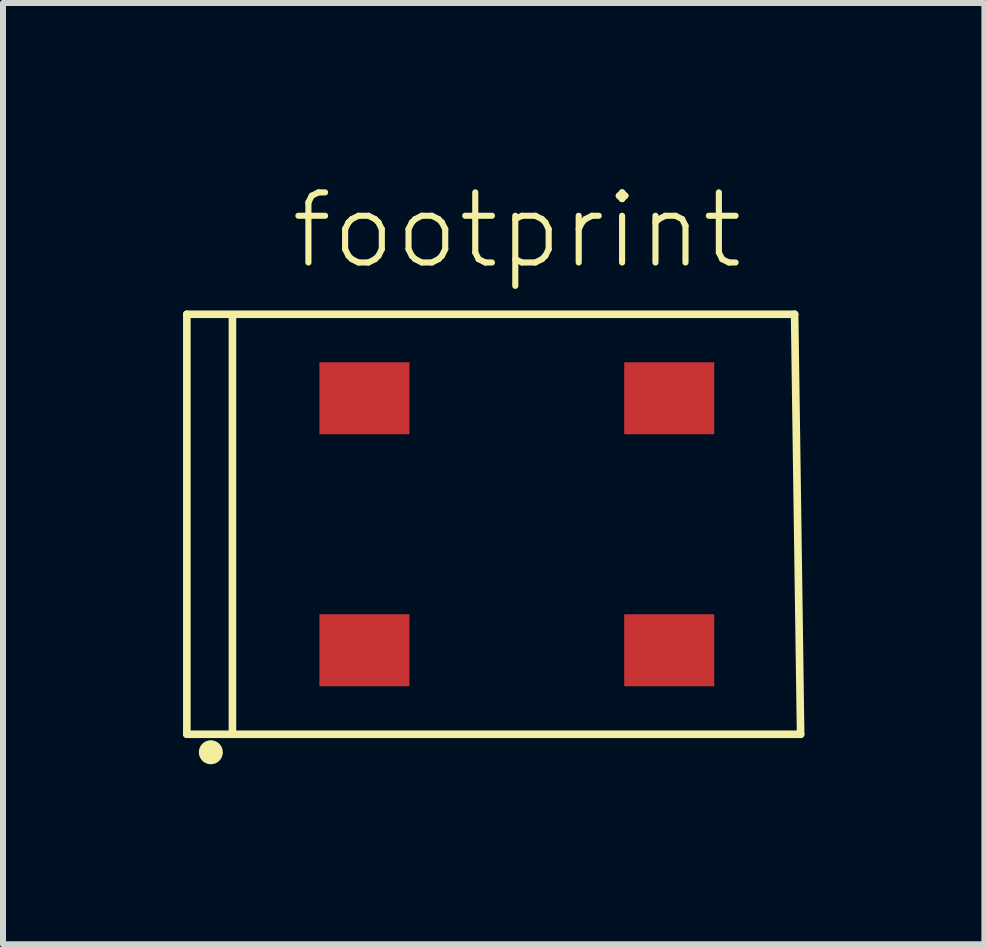
<source format=kicad_pcb>
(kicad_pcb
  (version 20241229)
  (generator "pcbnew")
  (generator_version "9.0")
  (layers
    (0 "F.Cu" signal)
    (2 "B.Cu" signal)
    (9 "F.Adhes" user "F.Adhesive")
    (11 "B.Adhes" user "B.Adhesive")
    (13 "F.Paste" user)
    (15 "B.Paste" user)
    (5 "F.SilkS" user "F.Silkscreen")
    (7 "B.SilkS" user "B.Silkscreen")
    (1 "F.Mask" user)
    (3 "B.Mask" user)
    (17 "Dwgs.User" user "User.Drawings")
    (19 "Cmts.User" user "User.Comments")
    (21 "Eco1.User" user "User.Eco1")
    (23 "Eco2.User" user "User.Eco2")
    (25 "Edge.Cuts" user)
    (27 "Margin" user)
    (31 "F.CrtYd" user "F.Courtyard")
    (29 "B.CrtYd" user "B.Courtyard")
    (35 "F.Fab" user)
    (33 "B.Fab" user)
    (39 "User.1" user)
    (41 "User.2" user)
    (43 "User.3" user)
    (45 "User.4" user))
  (footprint "footprint"
    (layer "F.Cu")
    (at 5.564 5.688)
    (property "Reference" "footprint" (at -3.819 -4.215 0) (layer "F.SilkS") (effects (font (size 1.168 1.168) (thickness 0.102)) (justify left bottom)))
    (fp_line (start -5.5 -3.5) (end -5.5 3.5) (stroke (width 0.127) (type solid)) (layer "F.SilkS"))
    (fp_line (start -5.5 -3.5) (end 4.63 -3.5) (stroke (width 0.127) (type solid)) (layer "F.SilkS"))
    (fp_line (start -5.5 3.5) (end -4.74 3.5) (stroke (width 0.127) (type solid)) (layer "F.SilkS"))
    (fp_line (start -4.74 3.5) (end -4.74 -3.46) (stroke (width 0.127) (type solid)) (layer "F.SilkS"))
    (fp_line (start 4.63 -3.5) (end 4.73 3.5) (stroke (width 0.127) (type solid)) (layer "F.SilkS"))
    (fp_line (start 4.73 3.5) (end -4.74 3.5) (stroke (width 0.127) (type solid)) (layer "F.SilkS"))
    (fp_circle (center -5.1 3.8) (end -5 3.8) (stroke (width 0.2) (type solid)) (fill yes) (layer "F.SilkS"))
    (pad "1" smd rect (at -2.54 2.1) (size 1.5 1.2) (layers "F.Cu" "F.Mask" "F.Paste"))
    (pad "2" smd rect (at 2.54 2.1) (size 1.5 1.2) (layers "F.Cu" "F.Mask" "F.Paste"))
    (pad "3" smd rect (at 2.54 -2.1 180) (size 1.5 1.2) (layers "F.Cu" "F.Mask" "F.Paste"))
    (pad "4" smd rect (at -2.54 -2.1 180) (size 1.5 1.2) (layers "F.Cu" "F.Mask" "F.Paste")))
  (gr_rect
    (start -3 -3)
    (end 13.357 12.688)
    (stroke (width 0.1) (type default))
    (fill no)
    (layer "Edge.Cuts")))
</source>
